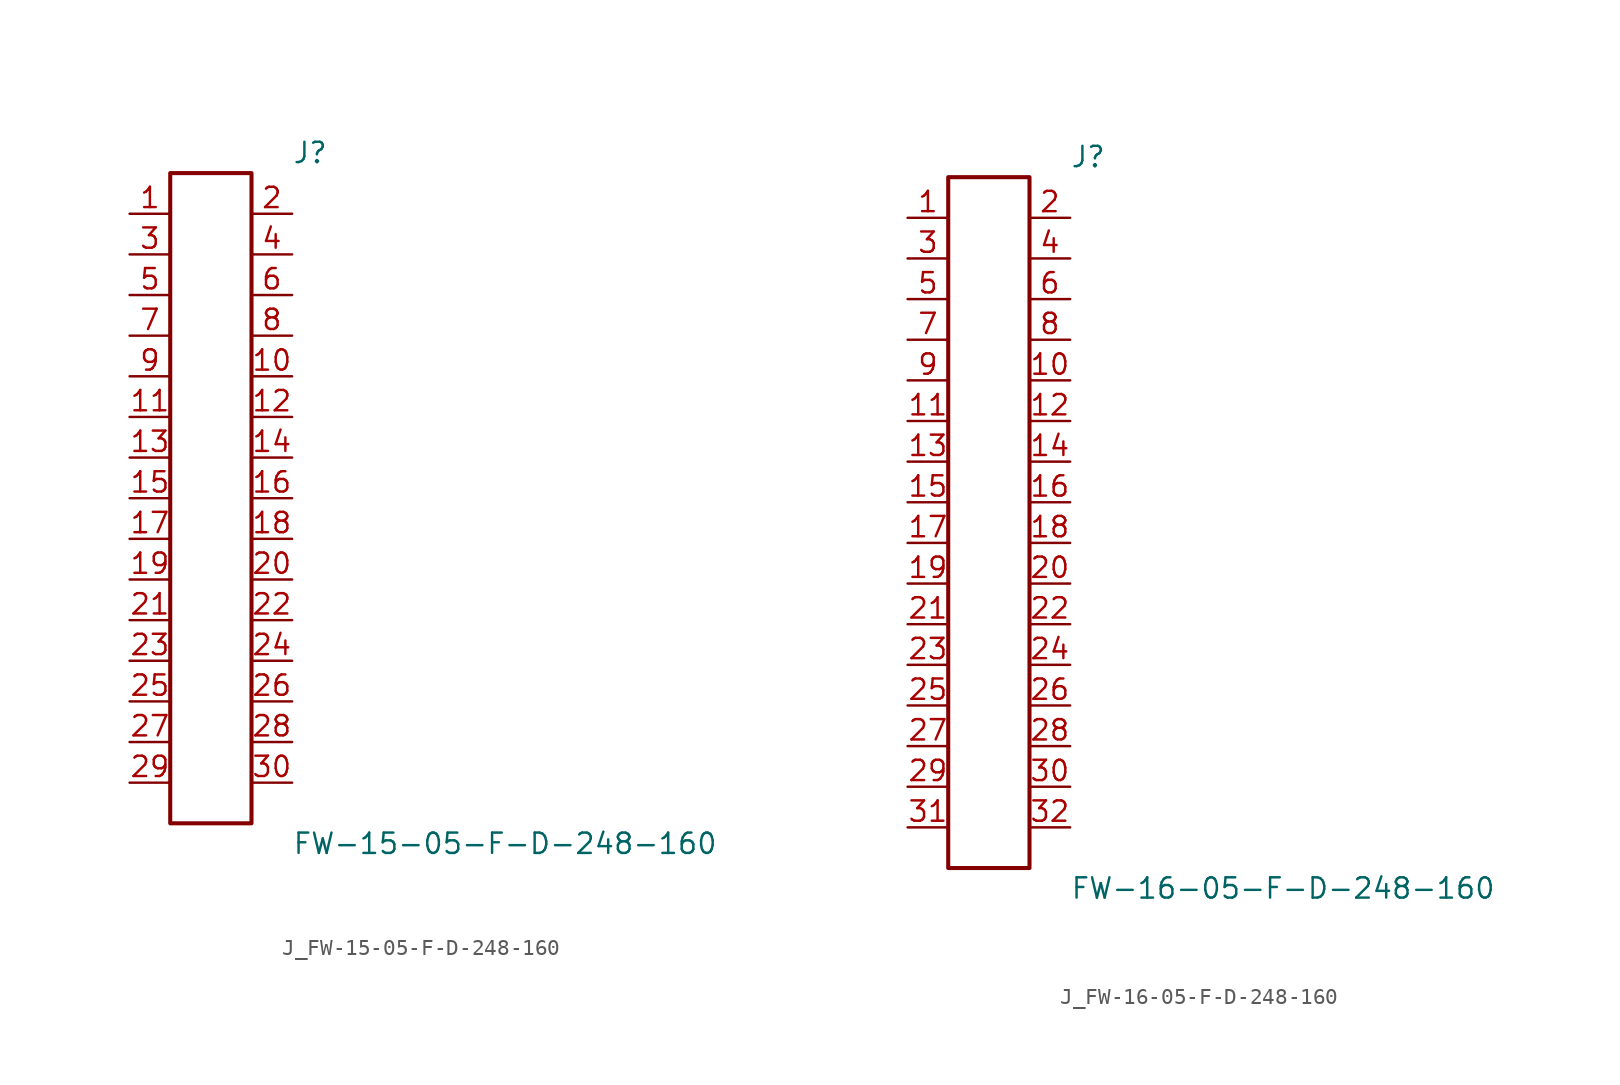
<source format=kicad_sym>
(kicad_symbol_lib
  (version 20231120)
  (generator kicad_symbol_editor)
  (generator_version 8.0)
  (symbol "J_FW-15-05-F-D-248-160"
    (pin_names
      (offset 0.254))
    (property "Reference" "J"
      (at 5.08 21.59 0)
      (effects (font (size 1.27 1.27)) (justify left)))
    (property "Value" "FW-15-05-F-D-248-160"
      (at 5.08 -21.59 0)
      (effects (font (size 1.27 1.27)) (justify left)))
    (symbol "J_FW-15-05-F-D-248-160_0_0"
      (pin passive line (at -5.08 17.78 0) (length 2.54) (name "" (effects (font (size 1.27 1.27)))) (number "1" (effects (font (size 1.27 1.27)))))
      (pin passive line (at 5.08 17.78 180) (length 2.54) (name "" (effects (font (size 1.27 1.27)))) (number "2" (effects (font (size 1.27 1.27)))))
      (pin passive line (at -5.08 15.24 0) (length 2.54) (name "" (effects (font (size 1.27 1.27)))) (number "3" (effects (font (size 1.27 1.27)))))
      (pin passive line (at 5.08 15.24 180) (length 2.54) (name "" (effects (font (size 1.27 1.27)))) (number "4" (effects (font (size 1.27 1.27)))))
      (pin passive line (at -5.08 12.7 0) (length 2.54) (name "" (effects (font (size 1.27 1.27)))) (number "5" (effects (font (size 1.27 1.27)))))
      (pin passive line (at 5.08 12.7 180) (length 2.54) (name "" (effects (font (size 1.27 1.27)))) (number "6" (effects (font (size 1.27 1.27)))))
      (pin passive line (at -5.08 10.16 0) (length 2.54) (name "" (effects (font (size 1.27 1.27)))) (number "7" (effects (font (size 1.27 1.27)))))
      (pin passive line (at 5.08 10.16 180) (length 2.54) (name "" (effects (font (size 1.27 1.27)))) (number "8" (effects (font (size 1.27 1.27)))))
      (pin passive line (at -5.08 7.62 0) (length 2.54) (name "" (effects (font (size 1.27 1.27)))) (number "9" (effects (font (size 1.27 1.27)))))
      (pin passive line (at 5.08 7.62 180) (length 2.54) (name "" (effects (font (size 1.27 1.27)))) (number "10" (effects (font (size 1.27 1.27)))))
      (pin passive line (at -5.08 5.08 0) (length 2.54) (name "" (effects (font (size 1.27 1.27)))) (number "11" (effects (font (size 1.27 1.27)))))
      (pin passive line (at 5.08 5.08 180) (length 2.54) (name "" (effects (font (size 1.27 1.27)))) (number "12" (effects (font (size 1.27 1.27)))))
      (pin passive line (at -5.08 2.54 0) (length 2.54) (name "" (effects (font (size 1.27 1.27)))) (number "13" (effects (font (size 1.27 1.27)))))
      (pin passive line (at 5.08 2.54 180) (length 2.54) (name "" (effects (font (size 1.27 1.27)))) (number "14" (effects (font (size 1.27 1.27)))))
      (pin passive line (at -5.08 0.0 0) (length 2.54) (name "" (effects (font (size 1.27 1.27)))) (number "15" (effects (font (size 1.27 1.27)))))
      (pin passive line (at 5.08 0.0 180) (length 2.54) (name "" (effects (font (size 1.27 1.27)))) (number "16" (effects (font (size 1.27 1.27)))))
      (pin passive line (at -5.08 -2.54 0) (length 2.54) (name "" (effects (font (size 1.27 1.27)))) (number "17" (effects (font (size 1.27 1.27)))))
      (pin passive line (at 5.08 -2.54 180) (length 2.54) (name "" (effects (font (size 1.27 1.27)))) (number "18" (effects (font (size 1.27 1.27)))))
      (pin passive line (at -5.08 -5.08 0) (length 2.54) (name "" (effects (font (size 1.27 1.27)))) (number "19" (effects (font (size 1.27 1.27)))))
      (pin passive line (at 5.08 -5.08 180) (length 2.54) (name "" (effects (font (size 1.27 1.27)))) (number "20" (effects (font (size 1.27 1.27)))))
      (pin passive line (at -5.08 -7.62 0) (length 2.54) (name "" (effects (font (size 1.27 1.27)))) (number "21" (effects (font (size 1.27 1.27)))))
      (pin passive line (at 5.08 -7.62 180) (length 2.54) (name "" (effects (font (size 1.27 1.27)))) (number "22" (effects (font (size 1.27 1.27)))))
      (pin passive line (at -5.08 -10.16 0) (length 2.54) (name "" (effects (font (size 1.27 1.27)))) (number "23" (effects (font (size 1.27 1.27)))))
      (pin passive line (at 5.08 -10.16 180) (length 2.54) (name "" (effects (font (size 1.27 1.27)))) (number "24" (effects (font (size 1.27 1.27)))))
      (pin passive line (at -5.08 -12.7 0) (length 2.54) (name "" (effects (font (size 1.27 1.27)))) (number "25" (effects (font (size 1.27 1.27)))))
      (pin passive line (at 5.08 -12.7 180) (length 2.54) (name "" (effects (font (size 1.27 1.27)))) (number "26" (effects (font (size 1.27 1.27)))))
      (pin passive line (at -5.08 -15.24 0) (length 2.54) (name "" (effects (font (size 1.27 1.27)))) (number "27" (effects (font (size 1.27 1.27)))))
      (pin passive line (at 5.08 -15.24 180) (length 2.54) (name "" (effects (font (size 1.27 1.27)))) (number "28" (effects (font (size 1.27 1.27)))))
      (pin passive line (at -5.08 -17.78 0) (length 2.54) (name "" (effects (font (size 1.27 1.27)))) (number "29" (effects (font (size 1.27 1.27)))))
      (pin passive line (at 5.08 -17.78 180) (length 2.54) (name "" (effects (font (size 1.27 1.27)))) (number "30" (effects (font (size 1.27 1.27))))))
    (symbol "J_FW-15-05-F-D-248-160_1_0"
      (rectangle (start -2.54 20.32) (end 2.54 -20.32) (stroke (width 0.254) (type solid)) (fill (type none)))))
  (symbol "J_FW-16-05-F-D-248-160"
    (pin_names
      (offset 0.254))
    (property "Reference" "J"
      (at 5.08 22.86 0)
      (effects (font (size 1.27 1.27)) (justify left)))
    (property "Value" "FW-16-05-F-D-248-160"
      (at 5.08 -22.86 0)
      (effects (font (size 1.27 1.27)) (justify left)))
    (symbol "J_FW-16-05-F-D-248-160_0_0"
      (pin passive line (at -5.08 19.05 0) (length 2.54) (name "" (effects (font (size 1.27 1.27)))) (number "1" (effects (font (size 1.27 1.27)))))
      (pin passive line (at 5.08 19.05 180) (length 2.54) (name "" (effects (font (size 1.27 1.27)))) (number "2" (effects (font (size 1.27 1.27)))))
      (pin passive line (at -5.08 16.51 0) (length 2.54) (name "" (effects (font (size 1.27 1.27)))) (number "3" (effects (font (size 1.27 1.27)))))
      (pin passive line (at 5.08 16.51 180) (length 2.54) (name "" (effects (font (size 1.27 1.27)))) (number "4" (effects (font (size 1.27 1.27)))))
      (pin passive line (at -5.08 13.97 0) (length 2.54) (name "" (effects (font (size 1.27 1.27)))) (number "5" (effects (font (size 1.27 1.27)))))
      (pin passive line (at 5.08 13.97 180) (length 2.54) (name "" (effects (font (size 1.27 1.27)))) (number "6" (effects (font (size 1.27 1.27)))))
      (pin passive line (at -5.08 11.43 0) (length 2.54) (name "" (effects (font (size 1.27 1.27)))) (number "7" (effects (font (size 1.27 1.27)))))
      (pin passive line (at 5.08 11.43 180) (length 2.54) (name "" (effects (font (size 1.27 1.27)))) (number "8" (effects (font (size 1.27 1.27)))))
      (pin passive line (at -5.08 8.89 0) (length 2.54) (name "" (effects (font (size 1.27 1.27)))) (number "9" (effects (font (size 1.27 1.27)))))
      (pin passive line (at 5.08 8.89 180) (length 2.54) (name "" (effects (font (size 1.27 1.27)))) (number "10" (effects (font (size 1.27 1.27)))))
      (pin passive line (at -5.08 6.35 0) (length 2.54) (name "" (effects (font (size 1.27 1.27)))) (number "11" (effects (font (size 1.27 1.27)))))
      (pin passive line (at 5.08 6.35 180) (length 2.54) (name "" (effects (font (size 1.27 1.27)))) (number "12" (effects (font (size 1.27 1.27)))))
      (pin passive line (at -5.08 3.81 0) (length 2.54) (name "" (effects (font (size 1.27 1.27)))) (number "13" (effects (font (size 1.27 1.27)))))
      (pin passive line (at 5.08 3.81 180) (length 2.54) (name "" (effects (font (size 1.27 1.27)))) (number "14" (effects (font (size 1.27 1.27)))))
      (pin passive line (at -5.08 1.27 0) (length 2.54) (name "" (effects (font (size 1.27 1.27)))) (number "15" (effects (font (size 1.27 1.27)))))
      (pin passive line (at 5.08 1.27 180) (length 2.54) (name "" (effects (font (size 1.27 1.27)))) (number "16" (effects (font (size 1.27 1.27)))))
      (pin passive line (at -5.08 -1.27 0) (length 2.54) (name "" (effects (font (size 1.27 1.27)))) (number "17" (effects (font (size 1.27 1.27)))))
      (pin passive line (at 5.08 -1.27 180) (length 2.54) (name "" (effects (font (size 1.27 1.27)))) (number "18" (effects (font (size 1.27 1.27)))))
      (pin passive line (at -5.08 -3.81 0) (length 2.54) (name "" (effects (font (size 1.27 1.27)))) (number "19" (effects (font (size 1.27 1.27)))))
      (pin passive line (at 5.08 -3.81 180) (length 2.54) (name "" (effects (font (size 1.27 1.27)))) (number "20" (effects (font (size 1.27 1.27)))))
      (pin passive line (at -5.08 -6.35 0) (length 2.54) (name "" (effects (font (size 1.27 1.27)))) (number "21" (effects (font (size 1.27 1.27)))))
      (pin passive line (at 5.08 -6.35 180) (length 2.54) (name "" (effects (font (size 1.27 1.27)))) (number "22" (effects (font (size 1.27 1.27)))))
      (pin passive line (at -5.08 -8.89 0) (length 2.54) (name "" (effects (font (size 1.27 1.27)))) (number "23" (effects (font (size 1.27 1.27)))))
      (pin passive line (at 5.08 -8.89 180) (length 2.54) (name "" (effects (font (size 1.27 1.27)))) (number "24" (effects (font (size 1.27 1.27)))))
      (pin passive line (at -5.08 -11.43 0) (length 2.54) (name "" (effects (font (size 1.27 1.27)))) (number "25" (effects (font (size 1.27 1.27)))))
      (pin passive line (at 5.08 -11.43 180) (length 2.54) (name "" (effects (font (size 1.27 1.27)))) (number "26" (effects (font (size 1.27 1.27)))))
      (pin passive line (at -5.08 -13.97 0) (length 2.54) (name "" (effects (font (size 1.27 1.27)))) (number "27" (effects (font (size 1.27 1.27)))))
      (pin passive line (at 5.08 -13.97 180) (length 2.54) (name "" (effects (font (size 1.27 1.27)))) (number "28" (effects (font (size 1.27 1.27)))))
      (pin passive line (at -5.08 -16.51 0) (length 2.54) (name "" (effects (font (size 1.27 1.27)))) (number "29" (effects (font (size 1.27 1.27)))))
      (pin passive line (at 5.08 -16.51 180) (length 2.54) (name "" (effects (font (size 1.27 1.27)))) (number "30" (effects (font (size 1.27 1.27)))))
      (pin passive line (at -5.08 -19.05 0) (length 2.54) (name "" (effects (font (size 1.27 1.27)))) (number "31" (effects (font (size 1.27 1.27)))))
      (pin passive line (at 5.08 -19.05 180) (length 2.54) (name "" (effects (font (size 1.27 1.27)))) (number "32" (effects (font (size 1.27 1.27))))))
    (symbol "J_FW-16-05-F-D-248-160_1_0"
      (rectangle (start -2.54 21.59) (end 2.54 -21.59) (stroke (width 0.254) (type solid)) (fill (type none))))))
</source>
